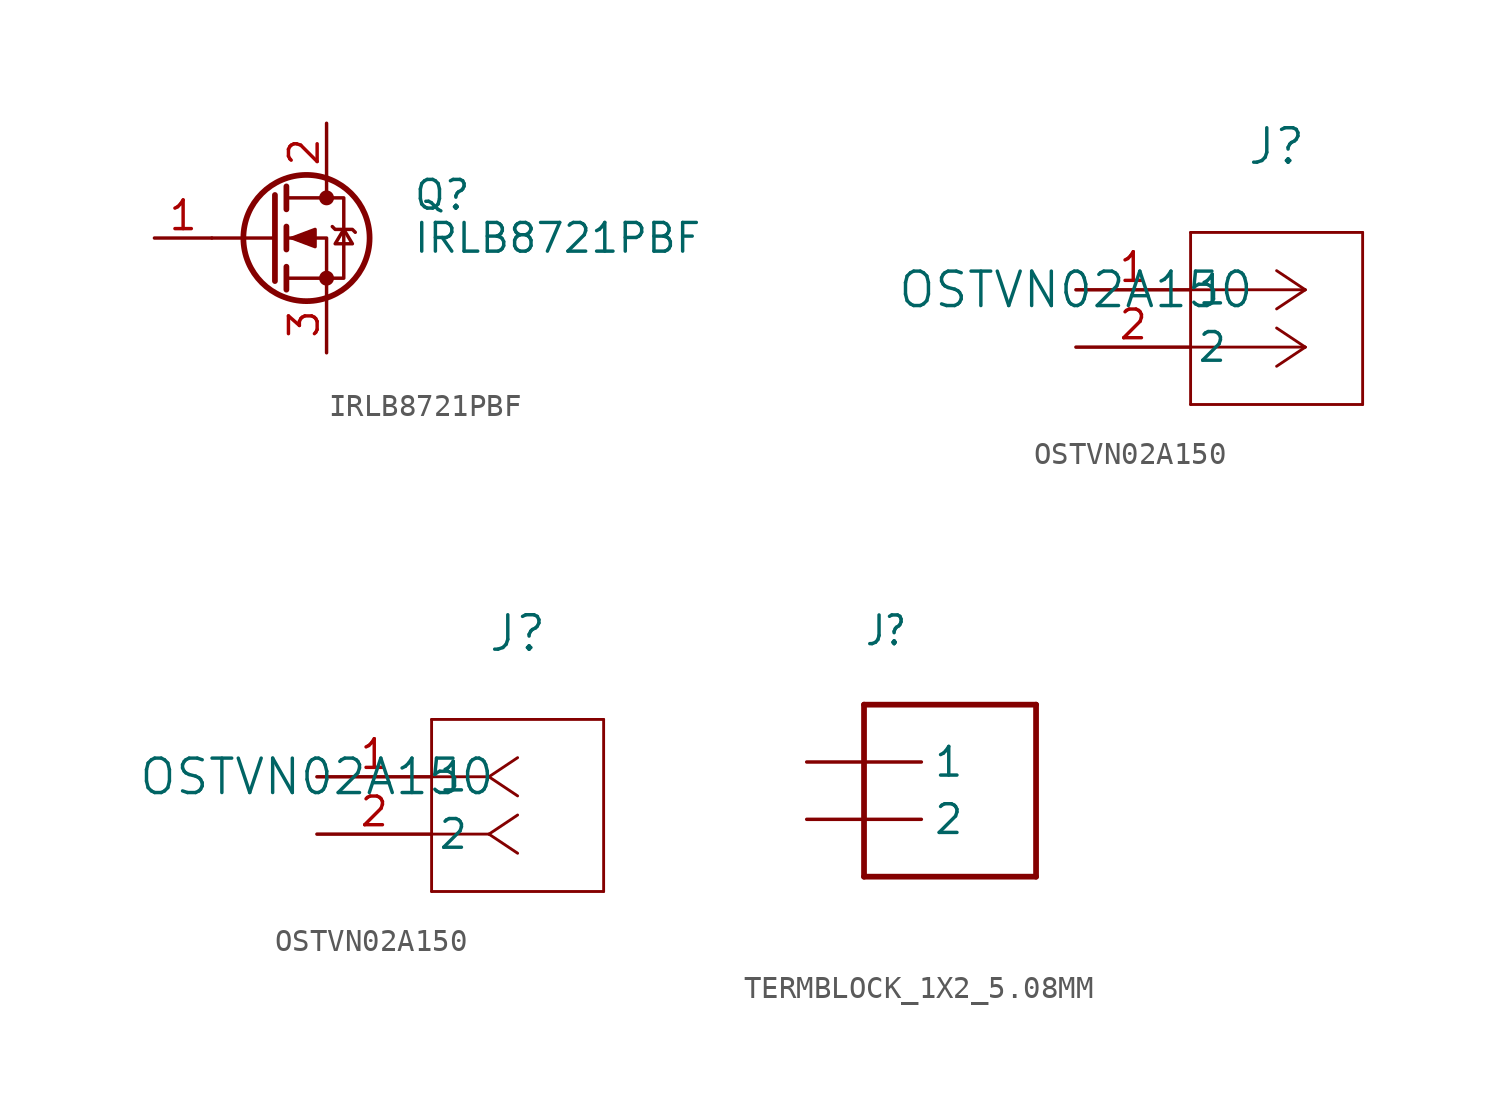
<source format=kicad_sym>
(kicad_symbol_lib
  (version 20220914)
  (generator kicad_symbol_editor)
  (symbol "IRLB8721PBF"
    (pin_names hide)
    (property "Reference" "Q"
      (at 6.35 1.905 0)
      (effects (font (size 1.27 1.27)) (justify left)))
    (property "Value" "IRLB8721PBF"
      (at 6.35 0 0)
      (effects (font (size 1.27 1.27)) (justify left)))
    (symbol "IRLB8721PBF_0_1"
      (polyline (pts (xy 0.254 0) (xy -2.54 0)) (stroke (width 0) (type default)) (fill (type none)))
      (polyline (pts (xy 0.254 1.905) (xy 0.254 -1.905)) (stroke (width 0.254) (type default)) (fill (type none)))
      (polyline (pts (xy 0.762 -1.27) (xy 0.762 -2.286)) (stroke (width 0.254) (type default)) (fill (type none)))
      (polyline (pts (xy 0.762 0.508) (xy 0.762 -0.508)) (stroke (width 0.254) (type default)) (fill (type none)))
      (polyline (pts (xy 0.762 2.286) (xy 0.762 1.27)) (stroke (width 0.254) (type default)) (fill (type none)))
      (polyline (pts (xy 2.54 2.54) (xy 2.54 1.778)) (stroke (width 0) (type default)) (fill (type none)))
      (polyline (pts (xy 2.54 -2.54) (xy 2.54 0) (xy 0.762 0)) (stroke (width 0) (type default)) (fill (type none)))
      (polyline (pts (xy 0.762 -1.778) (xy 3.302 -1.778) (xy 3.302 1.778) (xy 0.762 1.778)) (stroke (width 0) (type default)) (fill (type none)))
      (polyline (pts (xy 1.016 0) (xy 2.032 0.381) (xy 2.032 -0.381) (xy 1.016 0)) (stroke (width 0) (type default)) (fill (type outline)))
      (polyline (pts (xy 2.794 0.508) (xy 2.921 0.381) (xy 3.683 0.381) (xy 3.81 0.254)) (stroke (width 0) (type default)) (fill (type none)))
      (polyline (pts (xy 3.302 0.381) (xy 2.921 -0.254) (xy 3.683 -0.254) (xy 3.302 0.381)) (stroke (width 0) (type default)) (fill (type none)))
      (circle (center 1.651 0) (radius 2.794) (stroke (width 0.254) (type default)) (fill (type none)))
      (circle (center 2.54 -1.778) (radius 0.254) (stroke (width 0) (type default)) (fill (type outline)))
      (circle (center 2.54 1.778) (radius 0.254) (stroke (width 0) (type default)) (fill (type outline))))
    (symbol "IRLB8721PBF_1_1"
      (pin input line (at -5.08 0 0) (length 2.54) (name "G" (effects (font (size 1.27 1.27)))) (number "1" (effects (font (size 1.27 1.27)))))
      (pin passive line (at 2.54 5.08 270) (length 2.54) (name "D" (effects (font (size 1.27 1.27)))) (number "2" (effects (font (size 1.27 1.27)))))
      (pin passive line (at 2.54 -5.08 90) (length 2.54) (name "S" (effects (font (size 1.27 1.27)))) (number "3" (effects (font (size 1.27 1.27)))))))
  (symbol "OSTVN02A150"
    (pin_names
      (offset 0.254))
    (property "Reference" "J"
      (at 8.89 6.35 0)
      (effects (font (size 1.524 1.524))))
    (property "Value" "OSTVN02A150"
      (at 0 0 0)
      (effects (font (size 1.524 1.524))))
    (symbol "OSTVN02A150_1_1"
      (polyline (pts (xy 5.08 -5.08) (xy 12.7 -5.08)) (stroke (width 0.127) (type default)) (fill (type none)))
      (polyline (pts (xy 5.08 2.54) (xy 5.08 -5.08)) (stroke (width 0.127) (type default)) (fill (type none)))
      (polyline (pts (xy 10.16 -2.54) (xy 5.08 -2.54)) (stroke (width 0.127) (type default)) (fill (type none)))
      (polyline (pts (xy 10.16 -2.54) (xy 8.89 -3.387)) (stroke (width 0.127) (type default)) (fill (type none)))
      (polyline (pts (xy 10.16 -2.54) (xy 8.89 -1.693)) (stroke (width 0.127) (type default)) (fill (type none)))
      (polyline (pts (xy 10.16 0) (xy 5.08 0)) (stroke (width 0.127) (type default)) (fill (type none)))
      (polyline (pts (xy 10.16 0) (xy 8.89 -0.847)) (stroke (width 0.127) (type default)) (fill (type none)))
      (polyline (pts (xy 10.16 0) (xy 8.89 0.847)) (stroke (width 0.127) (type default)) (fill (type none)))
      (polyline (pts (xy 12.7 -5.08) (xy 12.7 2.54)) (stroke (width 0.127) (type default)) (fill (type none)))
      (polyline (pts (xy 12.7 2.54) (xy 5.08 2.54)) (stroke (width 0.127) (type default)) (fill (type none)))
      (pin unspecified line (at 0 0 0) (length 5.08) (name "1" (effects (font (size 1.27 1.27)))) (number "1" (effects (font (size 1.27 1.27)))))
      (pin unspecified line (at 0 -2.54 0) (length 5.08) (name "2" (effects (font (size 1.27 1.27)))) (number "2" (effects (font (size 1.27 1.27))))))
    (symbol "OSTVN02A150_1_2"
      (polyline (pts (xy 5.08 -5.08) (xy 12.7 -5.08)) (stroke (width 0.127) (type default)) (fill (type none)))
      (polyline (pts (xy 5.08 2.54) (xy 5.08 -5.08)) (stroke (width 0.127) (type default)) (fill (type none)))
      (polyline (pts (xy 7.62 -2.54) (xy 5.08 -2.54)) (stroke (width 0.127) (type default)) (fill (type none)))
      (polyline (pts (xy 7.62 -2.54) (xy 8.89 -3.387)) (stroke (width 0.127) (type default)) (fill (type none)))
      (polyline (pts (xy 7.62 -2.54) (xy 8.89 -1.693)) (stroke (width 0.127) (type default)) (fill (type none)))
      (polyline (pts (xy 7.62 0) (xy 5.08 0)) (stroke (width 0.127) (type default)) (fill (type none)))
      (polyline (pts (xy 7.62 0) (xy 8.89 -0.847)) (stroke (width 0.127) (type default)) (fill (type none)))
      (polyline (pts (xy 7.62 0) (xy 8.89 0.847)) (stroke (width 0.127) (type default)) (fill (type none)))
      (polyline (pts (xy 12.7 -5.08) (xy 12.7 2.54)) (stroke (width 0.127) (type default)) (fill (type none)))
      (polyline (pts (xy 12.7 2.54) (xy 5.08 2.54)) (stroke (width 0.127) (type default)) (fill (type none)))
      (pin unspecified line (at 0 0 0) (length 5.08) (name "1" (effects (font (size 1.27 1.27)))) (number "1" (effects (font (size 1.27 1.27)))))
      (pin unspecified line (at 0 -2.54 0) (length 5.08) (name "2" (effects (font (size 1.27 1.27)))) (number "2" (effects (font (size 1.27 1.27)))))))
  (symbol "TERMBLOCK_1X2_5.08MM"
    (property "Reference" "J"
      (at -2.54 7.62 0)
      (effects (font (size 1.27 1.079)) (justify left bottom)))
    (property "Value" ""
      (at -2.54 -5.08 0)
      (effects (font (size 1.27 1.079)) (justify left bottom)))
    (symbol "TERMBLOCK_1X2_5.08MM_1_0"
      (polyline (pts (xy -2.54 -2.54) (xy 5.08 -2.54)) (stroke (width 0.254) (type solid)) (fill (type none)))
      (polyline (pts (xy -2.54 5.08) (xy -2.54 -2.54)) (stroke (width 0.254) (type solid)) (fill (type none)))
      (polyline (pts (xy 5.08 -2.54) (xy 5.08 5.08)) (stroke (width 0.254) (type solid)) (fill (type none)))
      (polyline (pts (xy 5.08 5.08) (xy -2.54 5.08)) (stroke (width 0.254) (type solid)) (fill (type none)))
      (pin passive line (at -5.08 2.54 0) (length 5.08) (name "1" (effects (font (size 1.27 1.27)))) (number "P$3" (effects (font (size 0 0)))))
      (pin passive line (at -5.08 0 0) (length 5.08) (name "2" (effects (font (size 1.27 1.27)))) (number "P$4" (effects (font (size 0 0))))))))
</source>
